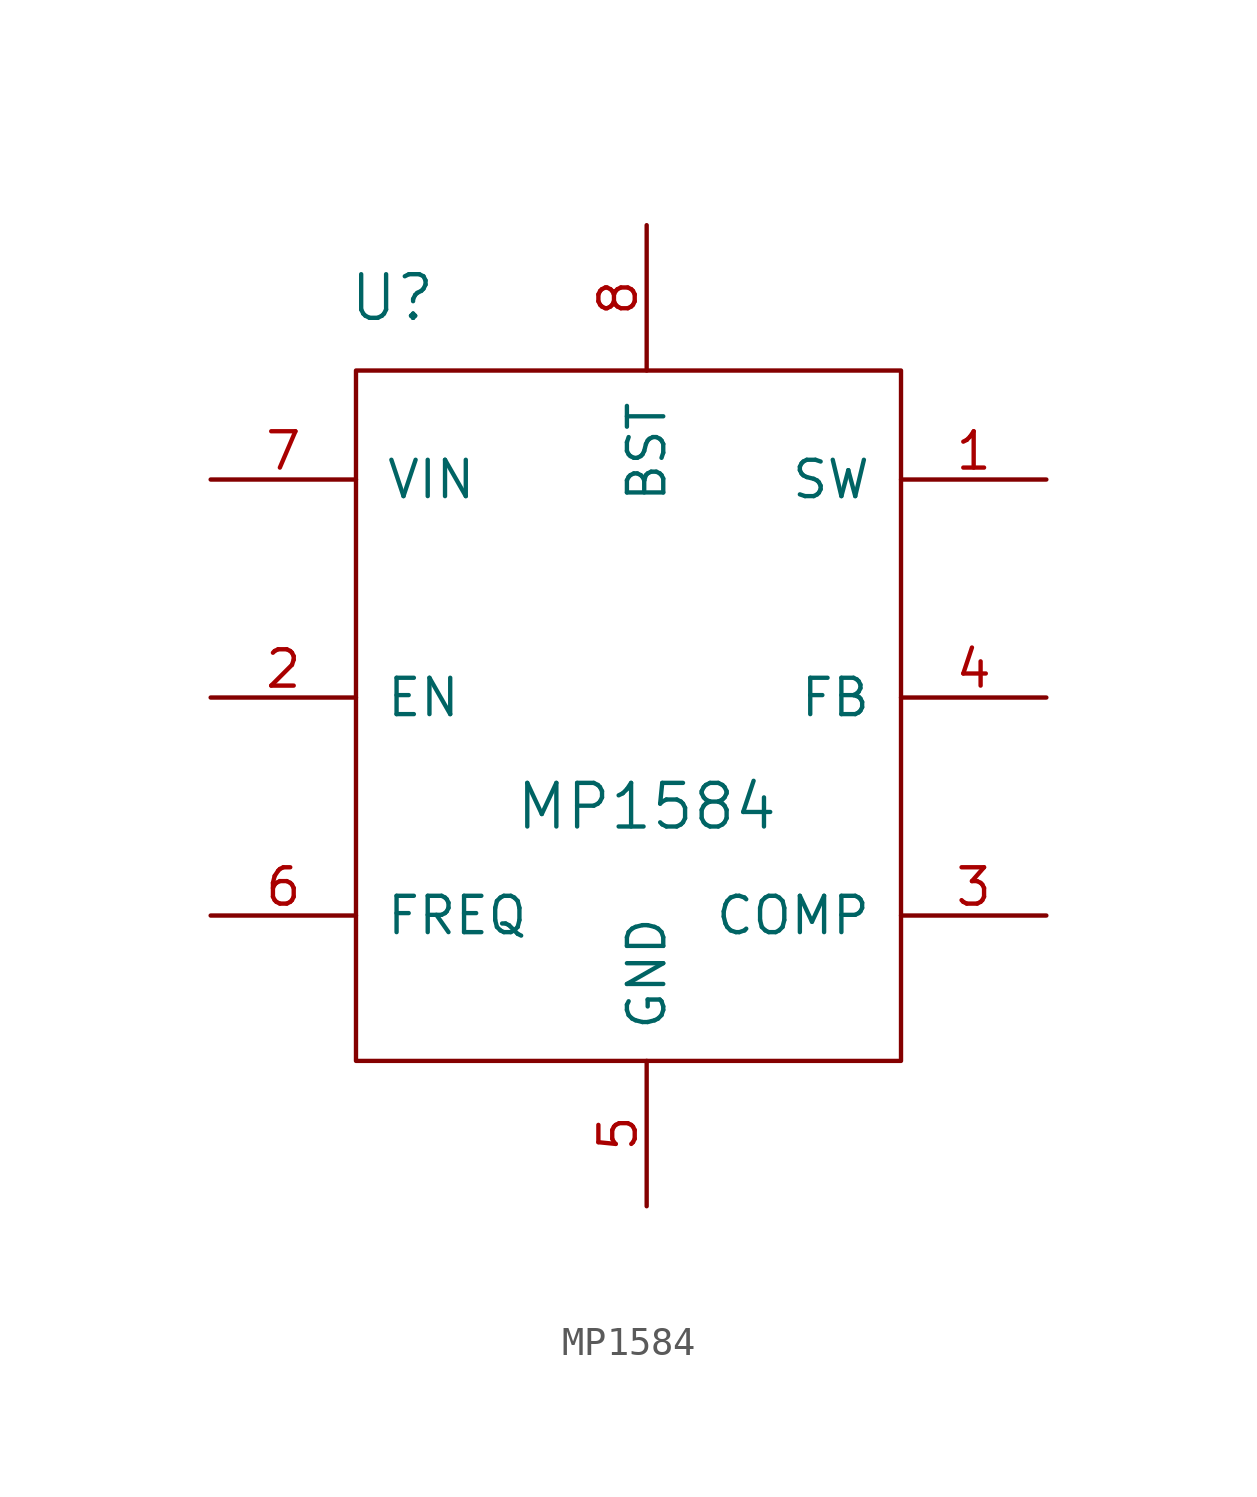
<source format=kicad_sym>
(kicad_symbol_lib
  (version 20220914)
  (generator kicad_symbol_editor)
  (symbol "MP1584"
    (pin_names
      (offset 1.016))
    (property "Reference" "U"
      (at -8.89 13.97 0)
      (effects (font (size 1.524 1.524))))
    (property "Value" "MP1584"
      (at 0 -3.81 0)
      (effects (font (size 1.524 1.524))))
    (property "Footprint" ""
      (at 0 0 0)
      (effects (font (size 1.524 1.524))))
    (property "Datasheet" ""
      (at 0 0 0)
      (effects (font (size 1.524 1.524))))
    (symbol "MP1584_0_1"
      (rectangle (start -10.16 11.43) (end 8.89 -12.7) (stroke (width 0) (type solid)) (fill (type none))))
    (symbol "MP1584_1_1"
      (pin input line (at 13.97 7.62 180) (length 5.08) (name "SW" (effects (font (size 1.27 1.27)))) (number "1" (effects (font (size 1.27 1.27)))))
      (pin input line (at -15.24 0 0) (length 5.08) (name "EN" (effects (font (size 1.27 1.27)))) (number "2" (effects (font (size 1.27 1.27)))))
      (pin input line (at 13.97 -7.62 180) (length 5.08) (name "COMP" (effects (font (size 1.27 1.27)))) (number "3" (effects (font (size 1.27 1.27)))))
      (pin input line (at 13.97 0 180) (length 5.08) (name "FB" (effects (font (size 1.27 1.27)))) (number "4" (effects (font (size 1.27 1.27)))))
      (pin input line (at 0 -17.78 90) (length 5.08) (name "GND" (effects (font (size 1.27 1.27)))) (number "5" (effects (font (size 1.27 1.27)))))
      (pin input line (at -15.24 -7.62 0) (length 5.08) (name "FREQ" (effects (font (size 1.27 1.27)))) (number "6" (effects (font (size 1.27 1.27)))))
      (pin input line (at -15.24 7.62 0) (length 5.08) (name "VIN" (effects (font (size 1.27 1.27)))) (number "7" (effects (font (size 1.27 1.27)))))
      (pin input line (at 0 16.51 270) (length 5.08) (name "BST" (effects (font (size 1.27 1.27)))) (number "8" (effects (font (size 1.27 1.27))))))))
</source>
